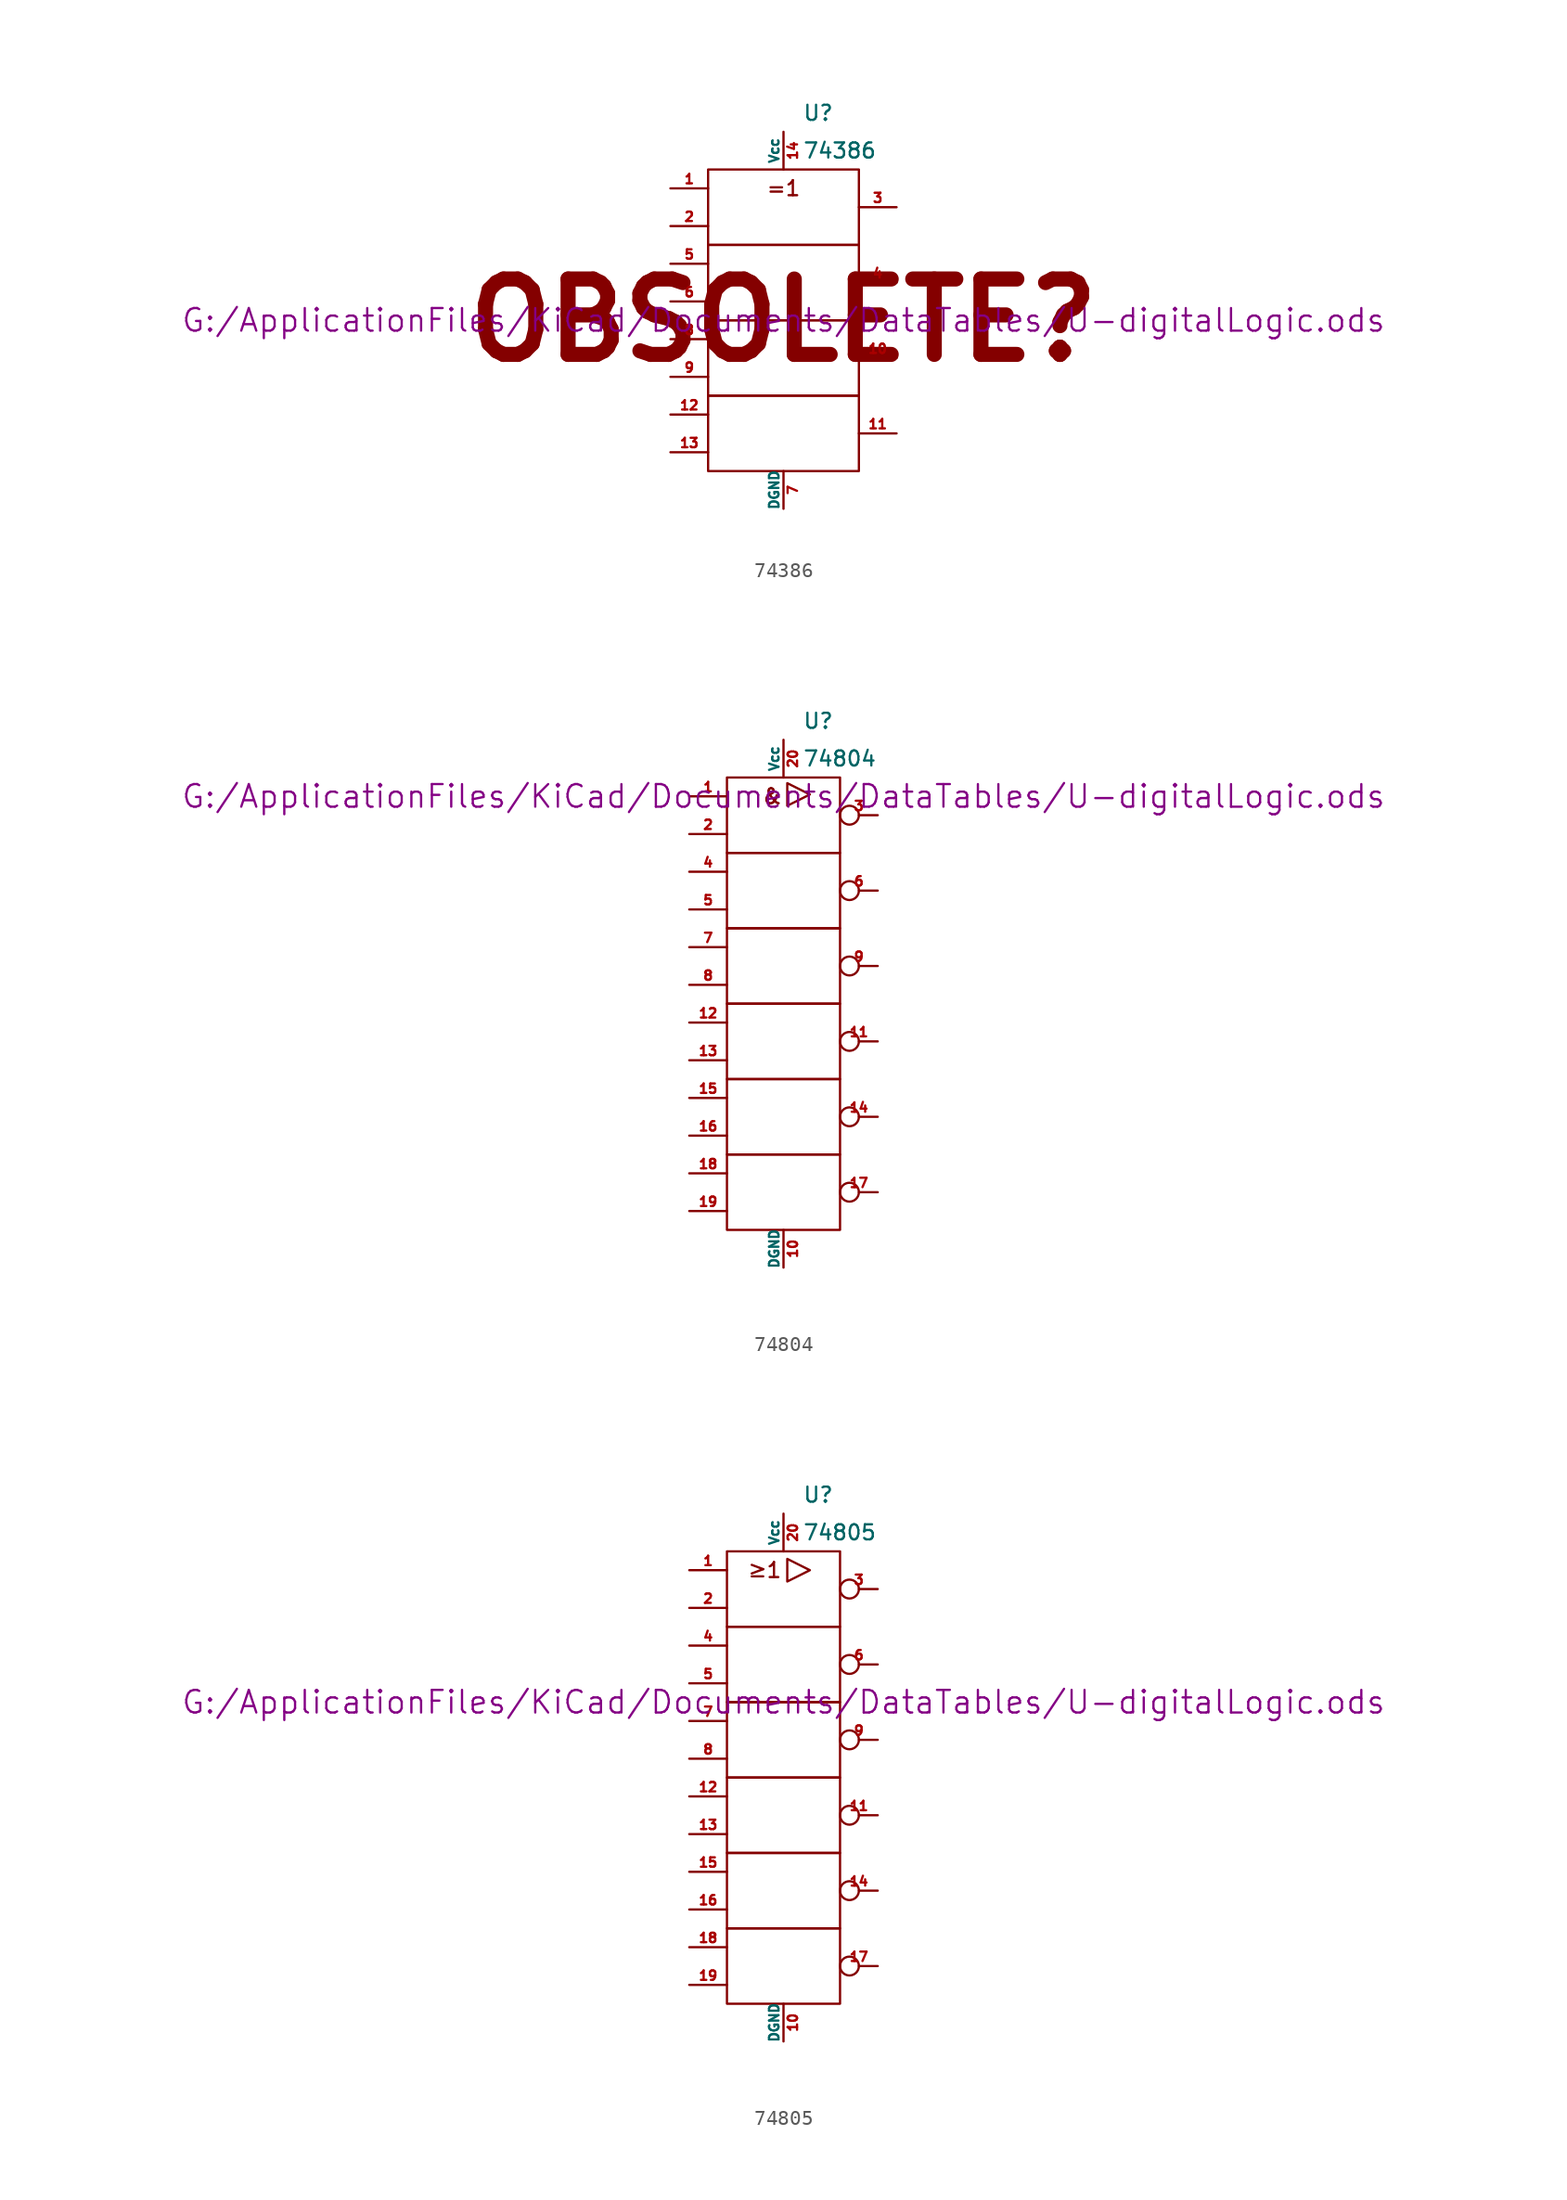
<source format=kicad_sym>
(kicad_symbol_lib
  (version 20211014)
  (generator kicad_symbol_editor)
  (symbol "74386"
    (pin_names
      (offset 0))
    (property "Reference" "U"
      (at 1.27 13.97 0)
      (effects (font (size 1.016 1.016)) (justify left)))
    (property "Value" "74386"
      (at 1.27 11.43 0)
      (effects (font (size 1.016 1.016)) (justify left)))
    (property "Footprint" ""
      (at 0 0 0)
      (effects (font (size 1.524 1.524))))
    (property "Datasheet" "G:/ApplicationFiles/KiCad/Documents/DataTables/U-digitalLogic.ods"
      (at 0 0 0)
      (effects (font (size 1.524 1.524))))
    (symbol "74386_0_0"
      (text "=1" (at 0 8.89 0) (effects (font (size 1.016 1.016))))
      (text "OBSOLETE?" (at 0 0 0) (effects (font (size 5.08 5.08) bold))))
    (symbol "74386_0_1"
      (rectangle (start -5.08 -5.08) (end 5.08 -10.16) (stroke (width 0) (type default) (color 0 0 0 0)) (fill (type none)))
      (rectangle (start -5.08 0) (end 5.08 -5.08) (stroke (width 0) (type default) (color 0 0 0 0)) (fill (type none)))
      (rectangle (start -5.08 5.08) (end 5.08 0) (stroke (width 0) (type default) (color 0 0 0 0)) (fill (type none)))
      (rectangle (start -5.08 10.16) (end 5.08 5.08) (stroke (width 0) (type default) (color 0 0 0 0)) (fill (type none))))
    (symbol "74386_1_1"
      (pin input line (at -7.62 8.89 0) (length 2.54) (name "~" (effects (font (size 0.635 0.635)))) (number "1" (effects (font (size 0.635 0.635)))))
      (pin output line (at 7.62 -2.54 180) (length 2.54) (name "~" (effects (font (size 0.635 0.635)))) (number "10" (effects (font (size 0.635 0.635)))))
      (pin output line (at 7.62 -7.62 180) (length 2.54) (name "~" (effects (font (size 0.635 0.635)))) (number "11" (effects (font (size 0.635 0.635)))))
      (pin input line (at -7.62 -6.35 0) (length 2.54) (name "~" (effects (font (size 0.635 0.635)))) (number "12" (effects (font (size 0.635 0.635)))))
      (pin input line (at -7.62 -8.89 0) (length 2.54) (name "~" (effects (font (size 0.635 0.635)))) (number "13" (effects (font (size 0.635 0.635)))))
      (pin power_in line (at 0 12.7 270) (length 2.54) (name "Vcc" (effects (font (size 0.635 0.635)))) (number "14" (effects (font (size 0.635 0.635)))))
      (pin input line (at -7.62 6.35 0) (length 2.54) (name "~" (effects (font (size 0.635 0.635)))) (number "2" (effects (font (size 0.635 0.635)))))
      (pin output line (at 7.62 7.62 180) (length 2.54) (name "~" (effects (font (size 0.635 0.635)))) (number "3" (effects (font (size 0.635 0.635)))))
      (pin output line (at 7.62 2.54 180) (length 2.54) (name "~" (effects (font (size 0.635 0.635)))) (number "4" (effects (font (size 0.635 0.635)))))
      (pin input line (at -7.62 3.81 0) (length 2.54) (name "~" (effects (font (size 0.635 0.635)))) (number "5" (effects (font (size 0.635 0.635)))))
      (pin input line (at -7.62 1.27 0) (length 2.54) (name "~" (effects (font (size 0.635 0.635)))) (number "6" (effects (font (size 0.635 0.635)))))
      (pin power_in line (at 0 -12.7 90) (length 2.54) (name "DGND" (effects (font (size 0.635 0.635)))) (number "7" (effects (font (size 0.635 0.635)))))
      (pin input line (at -7.62 -1.27 0) (length 2.54) (name "~" (effects (font (size 0.635 0.635)))) (number "8" (effects (font (size 0.635 0.635)))))
      (pin input line (at -7.62 -3.81 0) (length 2.54) (name "~" (effects (font (size 0.635 0.635)))) (number "9" (effects (font (size 0.635 0.635)))))))
  (symbol "74804"
    (pin_names
      (offset 0))
    (property "Reference" "U"
      (at 1.27 19.05 0)
      (effects (font (size 1.016 1.016)) (justify left)))
    (property "Value" "74804"
      (at 1.27 16.51 0)
      (effects (font (size 1.016 1.016)) (justify left)))
    (property "Footprint" ""
      (at 0 13.97 0)
      (effects (font (size 1.524 1.524))))
    (property "Datasheet" "G:/ApplicationFiles/KiCad/Documents/DataTables/U-digitalLogic.ods"
      (at 0 13.97 0)
      (effects (font (size 1.524 1.524))))
    (symbol "74804_0_0"
      (text "&" (at -0.762 13.97 0) (effects (font (size 1.016 1.016)))))
    (symbol "74804_0_1"
      (rectangle (start -3.81 -10.16) (end 3.81 -15.24) (stroke (width 0) (type default) (color 0 0 0 0)) (fill (type none)))
      (rectangle (start -3.81 -5.08) (end 3.81 -10.16) (stroke (width 0) (type default) (color 0 0 0 0)) (fill (type none)))
      (rectangle (start -3.81 0) (end 3.81 -5.08) (stroke (width 0) (type default) (color 0 0 0 0)) (fill (type none)))
      (rectangle (start -3.81 5.08) (end 3.81 0) (stroke (width 0) (type default) (color 0 0 0 0)) (fill (type none)))
      (rectangle (start -3.81 10.16) (end 3.81 5.08) (stroke (width 0) (type default) (color 0 0 0 0)) (fill (type none)))
      (rectangle (start -3.81 15.24) (end 3.81 10.16) (stroke (width 0) (type default) (color 0 0 0 0)) (fill (type none)))
      (polyline (pts (xy 0.254 14.859) (xy 0.254 13.335) (xy 1.778 14.097) (xy 0.254 14.859)) (stroke (width 0) (type default) (color 0 0 0 0)) (fill (type none))))
    (symbol "74804_1_1"
      (pin input line (at -6.35 13.97 0) (length 2.54) (name "~" (effects (font (size 0.635 0.635)))) (number "1" (effects (font (size 0.635 0.635)))))
      (pin power_in line (at 0 -17.78 90) (length 2.54) (name "DGND" (effects (font (size 0.635 0.635)))) (number "10" (effects (font (size 0.635 0.635)))))
      (pin output inverted (at 6.35 -2.54 180) (length 2.54) (name "~" (effects (font (size 0.635 0.635)))) (number "11" (effects (font (size 0.635 0.635)))))
      (pin input line (at -6.35 -1.27 0) (length 2.54) (name "~" (effects (font (size 0.635 0.635)))) (number "12" (effects (font (size 0.635 0.635)))))
      (pin input line (at -6.35 -3.81 0) (length 2.54) (name "~" (effects (font (size 0.635 0.635)))) (number "13" (effects (font (size 0.635 0.635)))))
      (pin output inverted (at 6.35 -7.62 180) (length 2.54) (name "~" (effects (font (size 0.635 0.635)))) (number "14" (effects (font (size 0.635 0.635)))))
      (pin input line (at -6.35 -6.35 0) (length 2.54) (name "~" (effects (font (size 0.635 0.635)))) (number "15" (effects (font (size 0.635 0.635)))))
      (pin input line (at -6.35 -8.89 0) (length 2.54) (name "~" (effects (font (size 0.635 0.635)))) (number "16" (effects (font (size 0.635 0.635)))))
      (pin output inverted (at 6.35 -12.7 180) (length 2.54) (name "~" (effects (font (size 0.635 0.635)))) (number "17" (effects (font (size 0.635 0.635)))))
      (pin input line (at -6.35 -11.43 0) (length 2.54) (name "~" (effects (font (size 0.635 0.635)))) (number "18" (effects (font (size 0.635 0.635)))))
      (pin input line (at -6.35 -13.97 0) (length 2.54) (name "~" (effects (font (size 0.635 0.635)))) (number "19" (effects (font (size 0.635 0.635)))))
      (pin input line (at -6.35 11.43 0) (length 2.54) (name "~" (effects (font (size 0.635 0.635)))) (number "2" (effects (font (size 0.635 0.635)))))
      (pin power_in line (at 0 17.78 270) (length 2.54) (name "Vcc" (effects (font (size 0.635 0.635)))) (number "20" (effects (font (size 0.635 0.635)))))
      (pin output inverted (at 6.35 12.7 180) (length 2.54) (name "~" (effects (font (size 0.635 0.635)))) (number "3" (effects (font (size 0.635 0.635)))))
      (pin input line (at -6.35 8.89 0) (length 2.54) (name "~" (effects (font (size 0.635 0.635)))) (number "4" (effects (font (size 0.635 0.635)))))
      (pin input line (at -6.35 6.35 0) (length 2.54) (name "~" (effects (font (size 0.635 0.635)))) (number "5" (effects (font (size 0.635 0.635)))))
      (pin output inverted (at 6.35 7.62 180) (length 2.54) (name "~" (effects (font (size 0.635 0.635)))) (number "6" (effects (font (size 0.635 0.635)))))
      (pin input line (at -6.35 3.81 0) (length 2.54) (name "~" (effects (font (size 0.635 0.635)))) (number "7" (effects (font (size 0.635 0.635)))))
      (pin input line (at -6.35 1.27 0) (length 2.54) (name "~" (effects (font (size 0.635 0.635)))) (number "8" (effects (font (size 0.635 0.635)))))
      (pin output inverted (at 6.35 2.54 180) (length 2.54) (name "~" (effects (font (size 0.635 0.635)))) (number "9" (effects (font (size 0.635 0.635)))))))
  (symbol "74805"
    (pin_names
      (offset 0))
    (property "Reference" "U"
      (at 1.27 19.05 0)
      (effects (font (size 1.016 1.016)) (justify left)))
    (property "Value" "74805"
      (at 1.27 16.51 0)
      (effects (font (size 1.016 1.016)) (justify left)))
    (property "Footprint" ""
      (at 0 5.08 0)
      (effects (font (size 1.524 1.524))))
    (property "Datasheet" "G:/ApplicationFiles/KiCad/Documents/DataTables/U-digitalLogic.ods"
      (at 0 5.08 0)
      (effects (font (size 1.524 1.524))))
    (symbol "74805_0_0"
      (polyline (pts (xy 0.254 14.732) (xy 0.254 13.208) (xy 1.778 13.97) (xy 0.254 14.732)) (stroke (width 0) (type default) (color 0 0 0 0)) (fill (type none)))
      (text "≥1" (at -1.27 13.97 0) (effects (font (size 1.016 1.016)))))
    (symbol "74805_0_1"
      (rectangle (start -3.81 -10.16) (end 3.81 -15.24) (stroke (width 0) (type default) (color 0 0 0 0)) (fill (type none)))
      (rectangle (start -3.81 -5.08) (end 3.81 -10.16) (stroke (width 0) (type default) (color 0 0 0 0)) (fill (type none)))
      (rectangle (start -3.81 0) (end 3.81 -5.08) (stroke (width 0) (type default) (color 0 0 0 0)) (fill (type none)))
      (rectangle (start -3.81 5.08) (end 3.81 0) (stroke (width 0) (type default) (color 0 0 0 0)) (fill (type none)))
      (rectangle (start -3.81 10.16) (end 3.81 5.08) (stroke (width 0) (type default) (color 0 0 0 0)) (fill (type none)))
      (rectangle (start -3.81 15.24) (end 3.81 10.16) (stroke (width 0) (type default) (color 0 0 0 0)) (fill (type none))))
    (symbol "74805_1_1"
      (pin input line (at -6.35 13.97 0) (length 2.54) (name "~" (effects (font (size 0.635 0.635)))) (number "1" (effects (font (size 0.635 0.635)))))
      (pin power_in line (at 0 -17.78 90) (length 2.54) (name "DGND" (effects (font (size 0.635 0.635)))) (number "10" (effects (font (size 0.635 0.635)))))
      (pin output inverted (at 6.35 -2.54 180) (length 2.54) (name "~" (effects (font (size 0.635 0.635)))) (number "11" (effects (font (size 0.635 0.635)))))
      (pin input line (at -6.35 -1.27 0) (length 2.54) (name "~" (effects (font (size 0.635 0.635)))) (number "12" (effects (font (size 0.635 0.635)))))
      (pin input line (at -6.35 -3.81 0) (length 2.54) (name "~" (effects (font (size 0.635 0.635)))) (number "13" (effects (font (size 0.635 0.635)))))
      (pin output inverted (at 6.35 -7.62 180) (length 2.54) (name "~" (effects (font (size 0.635 0.635)))) (number "14" (effects (font (size 0.635 0.635)))))
      (pin input line (at -6.35 -6.35 0) (length 2.54) (name "~" (effects (font (size 0.635 0.635)))) (number "15" (effects (font (size 0.635 0.635)))))
      (pin input line (at -6.35 -8.89 0) (length 2.54) (name "~" (effects (font (size 0.635 0.635)))) (number "16" (effects (font (size 0.635 0.635)))))
      (pin output inverted (at 6.35 -12.7 180) (length 2.54) (name "~" (effects (font (size 0.635 0.635)))) (number "17" (effects (font (size 0.635 0.635)))))
      (pin input line (at -6.35 -11.43 0) (length 2.54) (name "~" (effects (font (size 0.635 0.635)))) (number "18" (effects (font (size 0.635 0.635)))))
      (pin input line (at -6.35 -13.97 0) (length 2.54) (name "~" (effects (font (size 0.635 0.635)))) (number "19" (effects (font (size 0.635 0.635)))))
      (pin input line (at -6.35 11.43 0) (length 2.54) (name "~" (effects (font (size 0.635 0.635)))) (number "2" (effects (font (size 0.635 0.635)))))
      (pin power_in line (at 0 17.78 270) (length 2.54) (name "Vcc" (effects (font (size 0.635 0.635)))) (number "20" (effects (font (size 0.635 0.635)))))
      (pin output inverted (at 6.35 12.7 180) (length 2.54) (name "~" (effects (font (size 0.635 0.635)))) (number "3" (effects (font (size 0.635 0.635)))))
      (pin input line (at -6.35 8.89 0) (length 2.54) (name "~" (effects (font (size 0.635 0.635)))) (number "4" (effects (font (size 0.635 0.635)))))
      (pin input line (at -6.35 6.35 0) (length 2.54) (name "~" (effects (font (size 0.635 0.635)))) (number "5" (effects (font (size 0.635 0.635)))))
      (pin output inverted (at 6.35 7.62 180) (length 2.54) (name "~" (effects (font (size 0.635 0.635)))) (number "6" (effects (font (size 0.635 0.635)))))
      (pin input line (at -6.35 3.81 0) (length 2.54) (name "~" (effects (font (size 0.635 0.635)))) (number "7" (effects (font (size 0.635 0.635)))))
      (pin input line (at -6.35 1.27 0) (length 2.54) (name "~" (effects (font (size 0.635 0.635)))) (number "8" (effects (font (size 0.635 0.635)))))
      (pin output inverted (at 6.35 2.54 180) (length 2.54) (name "~" (effects (font (size 0.635 0.635)))) (number "9" (effects (font (size 0.635 0.635))))))))
</source>
